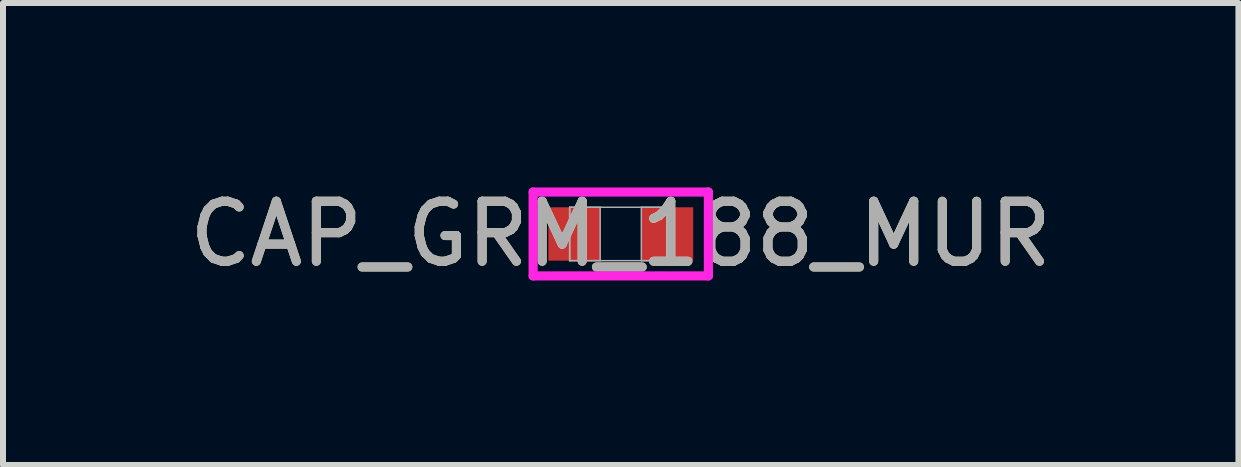
<source format=kicad_pcb>
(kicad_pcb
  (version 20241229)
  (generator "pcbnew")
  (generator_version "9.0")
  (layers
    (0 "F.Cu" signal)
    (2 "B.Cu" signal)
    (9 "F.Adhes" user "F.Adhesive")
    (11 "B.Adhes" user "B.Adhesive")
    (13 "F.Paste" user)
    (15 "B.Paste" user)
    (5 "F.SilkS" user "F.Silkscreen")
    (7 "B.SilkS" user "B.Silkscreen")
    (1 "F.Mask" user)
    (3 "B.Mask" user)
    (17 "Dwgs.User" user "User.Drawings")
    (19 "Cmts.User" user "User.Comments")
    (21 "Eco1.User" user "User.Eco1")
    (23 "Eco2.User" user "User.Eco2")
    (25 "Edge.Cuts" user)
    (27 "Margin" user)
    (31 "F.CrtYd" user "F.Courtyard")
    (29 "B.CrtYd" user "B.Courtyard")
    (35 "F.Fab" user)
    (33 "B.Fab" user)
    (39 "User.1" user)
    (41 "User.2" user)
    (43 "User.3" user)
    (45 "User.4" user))
  (footprint "CAP_GRM_188_MUR"
    (layer "F.Cu")
    (at 7.292 0.848)
    (property "Reference" "CAP_GRM_188_MUR" (at 0 0 0) (unlocked yes) (layer "F.SilkS") (effects (font (size 1 1) (thickness 0.15))))
    (attr smd)
    (fp_line (start -1.46 -0.699) (end 1.46 -0.699) (stroke (width 0.152) (type solid)) (layer "F.CrtYd"))
    (fp_line (start -1.46 0.699) (end -1.46 -0.699) (stroke (width 0.152) (type solid)) (layer "F.CrtYd"))
    (fp_line (start 1.46 -0.699) (end 1.46 0.699) (stroke (width 0.152) (type solid)) (layer "F.CrtYd"))
    (fp_line (start 1.46 0.699) (end -1.46 0.699) (stroke (width 0.152) (type solid)) (layer "F.CrtYd"))
    (fp_line (start -0.851 -0.445) (end -0.851 0.445) (stroke (width 0.025) (type solid)) (layer "F.Fab"))
    (fp_line (start -0.851 -0.445) (end -0.851 0.445) (stroke (width 0.025) (type solid)) (layer "F.Fab"))
    (fp_line (start -0.851 0.445) (end -0.343 0.445) (stroke (width 0.025) (type solid)) (layer "F.Fab"))
    (fp_line (start -0.851 0.445) (end 0.851 0.445) (stroke (width 0.025) (type solid)) (layer "F.Fab"))
    (fp_line (start -0.343 -0.445) (end -0.851 -0.445) (stroke (width 0.025) (type solid)) (layer "F.Fab"))
    (fp_line (start -0.343 0.445) (end -0.343 -0.445) (stroke (width 0.025) (type solid)) (layer "F.Fab"))
    (fp_line (start 0.343 -0.445) (end 0.343 0.445) (stroke (width 0.025) (type solid)) (layer "F.Fab"))
    (fp_line (start 0.343 0.445) (end 0.851 0.445) (stroke (width 0.025) (type solid)) (layer "F.Fab"))
    (fp_line (start 0.851 -0.445) (end -0.851 -0.445) (stroke (width 0.025) (type solid)) (layer "F.Fab"))
    (fp_line (start 0.851 -0.445) (end 0.343 -0.445) (stroke (width 0.025) (type solid)) (layer "F.Fab"))
    (fp_line (start 0.851 0.445) (end 0.851 -0.445) (stroke (width 0.025) (type solid)) (layer "F.Fab"))
    (fp_line (start 0.851 0.445) (end 0.851 -0.445) (stroke (width 0.025) (type solid)) (layer "F.Fab"))
    (fp_text user "${REFERENCE}" (at 0 0 0) (unlocked yes) (layer "F.Fab") (effects (font (size 1 1) (thickness 0.15))))
    (pad "1" smd rect (at -0.775 0) (size 0.864 0.889) (layers "F.Cu" "F.Mask" "F.Paste"))
    (pad "2" smd rect (at 0.775 0) (size 0.864 0.889) (layers "F.Cu" "F.Mask" "F.Paste"))
    (zone (net_name "") (layer "F.Cu") (hatch full 0.508) (connect_pads) (min_thickness 0.254) (filled_areas_thickness no) (keepout (tracks not_allowed) (vias not_allowed) (pads allowed) (copperpour not_allowed) (footprints allowed)) (placement (enabled no)) (fill) (polygon (pts (xy 7 0.455) (xy 7.584 0.455) (xy 7.584 1.242) (xy 7 1.242)))))
  (gr_rect
    (start -3 -3)
    (end 17.583 4.697)
    (stroke (width 0.1) (type default))
    (fill no)
    (layer "Edge.Cuts")))
</source>
